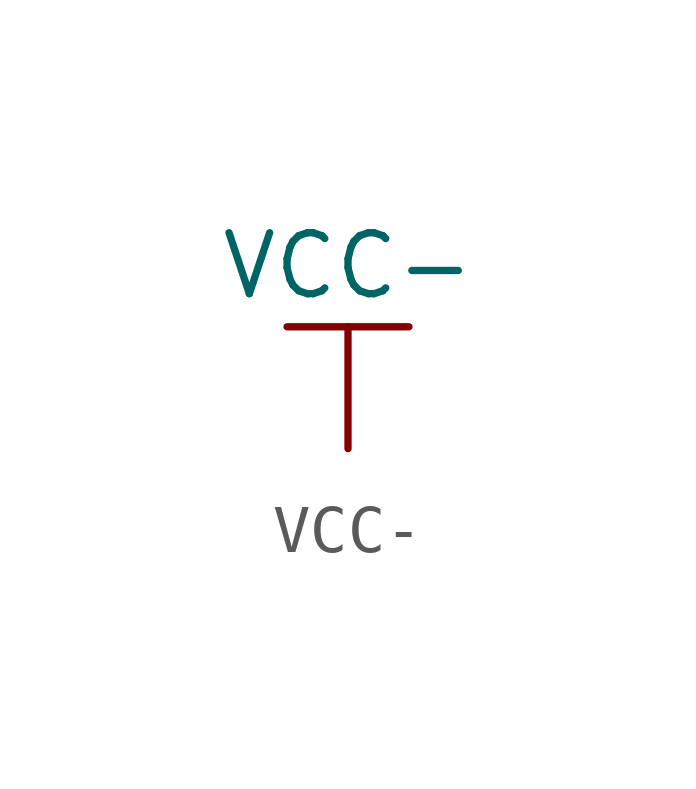
<source format=kicad_sym>
(kicad_symbol_lib
  (version 20211014)
  (generator kicad_symbol_editor)
  (symbol "VCC-"
    (power)
    (pin_names
      (offset 0))
    (property "Reference" "#PWR"
      (at 0 -3.81 0)
      (effects (font (size 1.27 1.27)) hide))
    (property "Value" "VCC-"
      (at 0 3.81 0)
      (effects (font (size 1.27 1.27))))
    (symbol "VCC-_0_1"
      (polyline (pts (xy -1.27 2.54) (xy 1.27 2.54)) (stroke (width 0.152) (type default) (color 0 0 0 0)) (fill (type none)))
      (polyline (pts (xy 0 0) (xy 0 2.54)) (stroke (width 0.152) (type default) (color 0 0 0 0)) (fill (type none))))
    (symbol "VCC-_1_1"
      (pin power_in line (at 0 0 90) (length 0) hide (name "VCC-" (effects (font (size 1.27 1.27)))) (number "1" (effects (font (size 1.27 1.27))))))))
</source>
